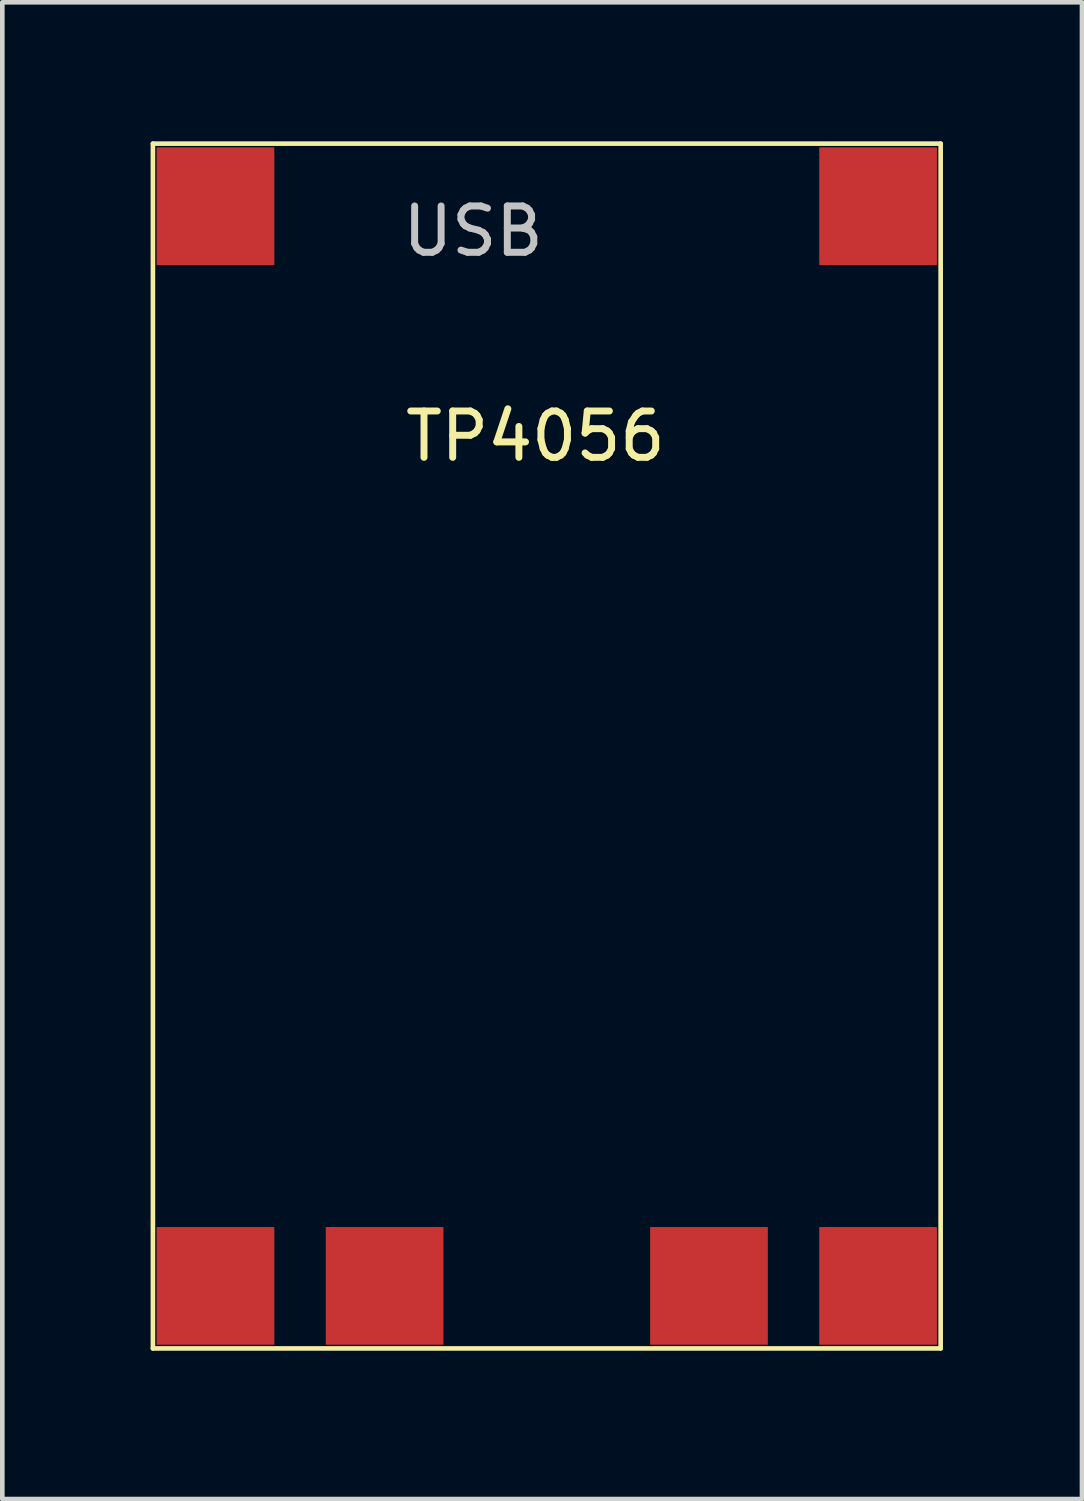
<source format=kicad_pcb>
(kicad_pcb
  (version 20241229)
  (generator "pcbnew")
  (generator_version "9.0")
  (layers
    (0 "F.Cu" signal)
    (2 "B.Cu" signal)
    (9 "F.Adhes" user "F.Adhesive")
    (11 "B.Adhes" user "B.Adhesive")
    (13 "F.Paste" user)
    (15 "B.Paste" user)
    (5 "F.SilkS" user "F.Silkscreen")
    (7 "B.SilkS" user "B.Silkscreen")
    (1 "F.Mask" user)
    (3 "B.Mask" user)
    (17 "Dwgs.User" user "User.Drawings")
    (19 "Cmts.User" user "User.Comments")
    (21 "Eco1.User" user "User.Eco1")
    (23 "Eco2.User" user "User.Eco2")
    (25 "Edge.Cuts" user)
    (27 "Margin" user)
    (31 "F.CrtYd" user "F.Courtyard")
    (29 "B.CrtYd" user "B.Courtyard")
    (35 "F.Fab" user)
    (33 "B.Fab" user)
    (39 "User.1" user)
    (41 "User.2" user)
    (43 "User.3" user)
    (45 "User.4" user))
  (footprint "TP4056"
    (layer "F.Cu")
    (at 0.25 26.05)
    (property "Reference" "TP4056" (at 8.255 -19.685 0) (layer "F.SilkS") (effects (font (size 1 1) (thickness 0.15))))
    (attr smd)
    (fp_line (start 0 -26) (end 0 0) (stroke (width 0.1) (type solid)) (layer "F.SilkS"))
    (fp_line (start 0 0) (end 17 0) (stroke (width 0.1) (type solid)) (layer "F.SilkS"))
    (fp_line (start 17 -26) (end 0 -26) (stroke (width 0.1) (type solid)) (layer "F.SilkS"))
    (fp_line (start 17 0) (end 17 -26) (stroke (width 0.1) (type solid)) (layer "F.SilkS"))
    (fp_text user "USB" (at 6.91 -24.11 0) (layer "Dwgs.User") (effects (font (size 1 1) (thickness 0.15))))
    (pad "B+" smd rect (at 12 -1.35) (size 2.54 2.54) (layers "F.Cu" "F.Mask" "F.Paste"))
    (pad "B-" smd rect (at 5 -1.35) (size 2.54 2.54) (layers "F.Cu" "F.Mask" "F.Paste"))
    (pad "IN+" smd rect (at 15.65 -24.65) (size 2.54 2.54) (layers "F.Cu" "F.Mask" "F.Paste"))
    (pad "IN-" smd rect (at 1.35 -24.65) (size 2.54 2.54) (layers "F.Cu" "F.Mask" "F.Paste"))
    (pad "OUT+" smd rect (at 15.65 -1.35) (size 2.54 2.54) (layers "F.Cu" "F.Mask" "F.Paste"))
    (pad "OUT-" smd rect (at 1.35 -1.35) (size 2.54 2.54) (layers "F.Cu" "F.Mask" "F.Paste")))
  (gr_rect
    (start -3 -3)
    (end 20.3 29.3)
    (stroke (width 0.1) (type default))
    (fill no)
    (layer "Edge.Cuts")))
</source>
